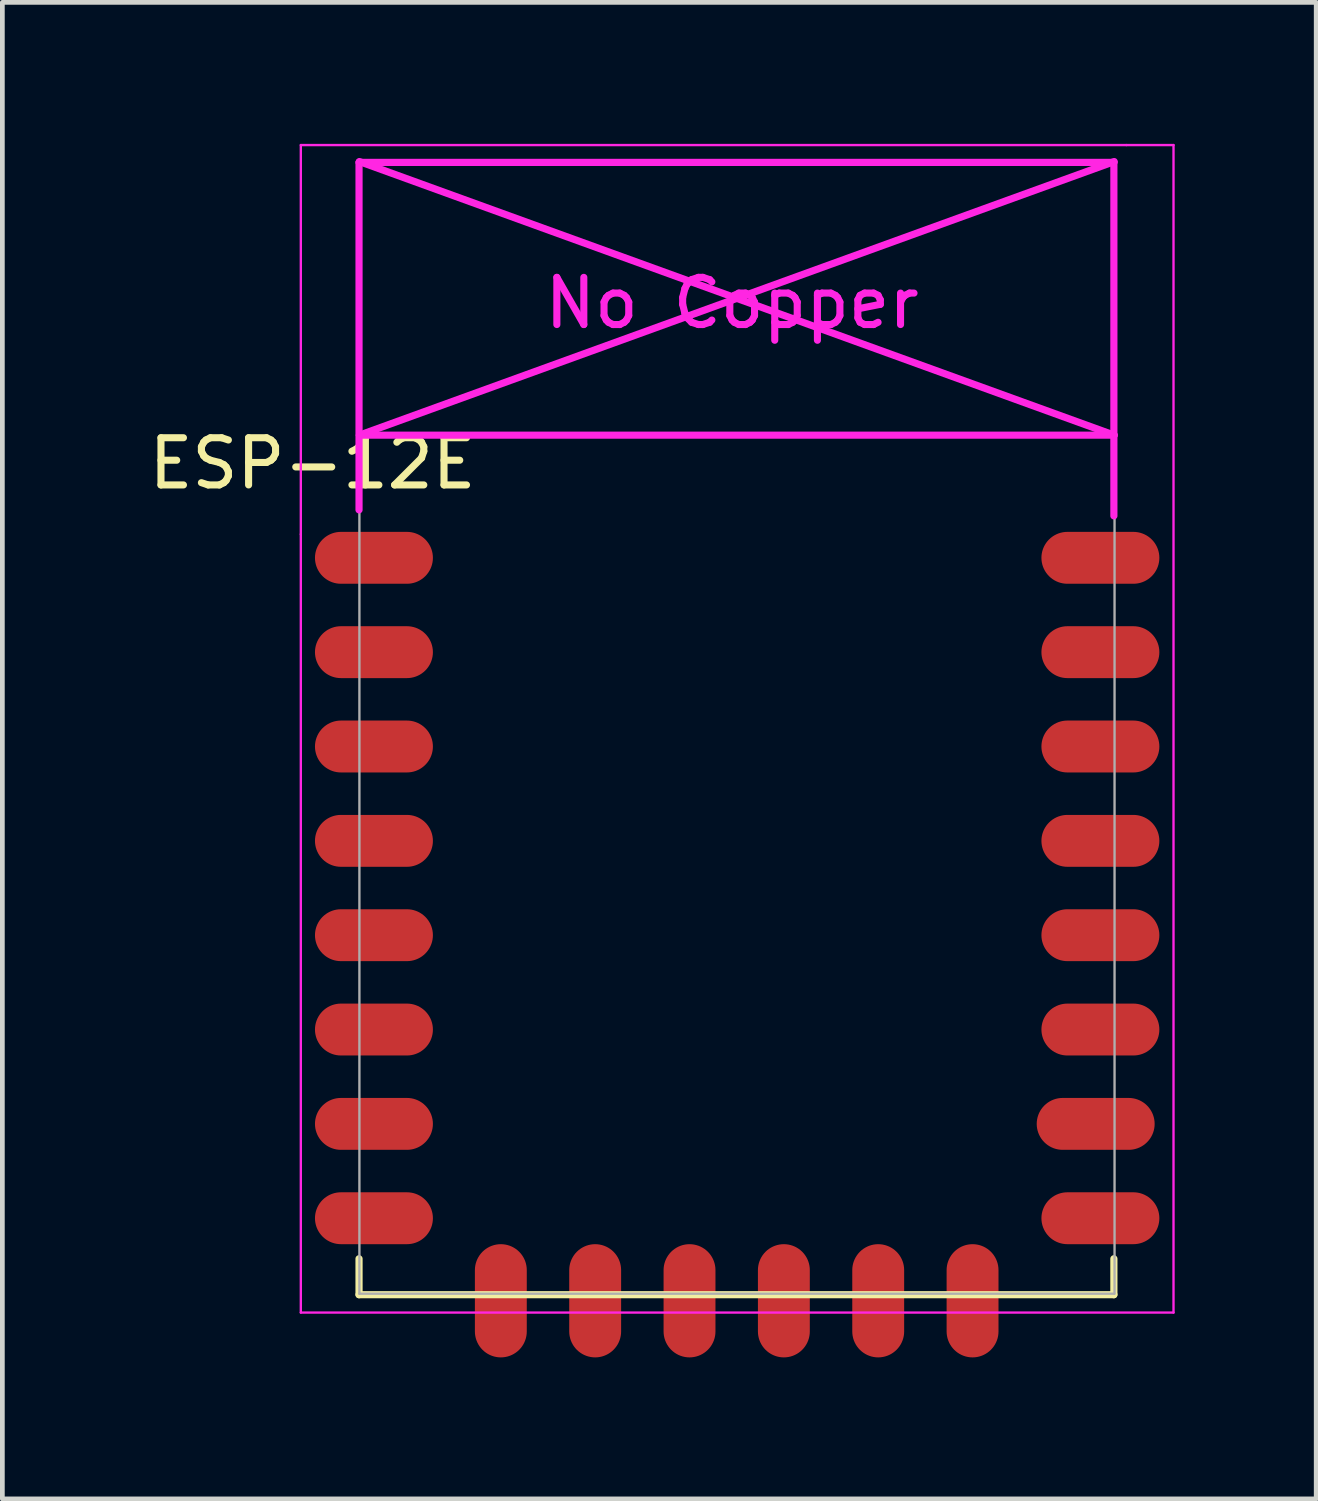
<source format=kicad_pcb>
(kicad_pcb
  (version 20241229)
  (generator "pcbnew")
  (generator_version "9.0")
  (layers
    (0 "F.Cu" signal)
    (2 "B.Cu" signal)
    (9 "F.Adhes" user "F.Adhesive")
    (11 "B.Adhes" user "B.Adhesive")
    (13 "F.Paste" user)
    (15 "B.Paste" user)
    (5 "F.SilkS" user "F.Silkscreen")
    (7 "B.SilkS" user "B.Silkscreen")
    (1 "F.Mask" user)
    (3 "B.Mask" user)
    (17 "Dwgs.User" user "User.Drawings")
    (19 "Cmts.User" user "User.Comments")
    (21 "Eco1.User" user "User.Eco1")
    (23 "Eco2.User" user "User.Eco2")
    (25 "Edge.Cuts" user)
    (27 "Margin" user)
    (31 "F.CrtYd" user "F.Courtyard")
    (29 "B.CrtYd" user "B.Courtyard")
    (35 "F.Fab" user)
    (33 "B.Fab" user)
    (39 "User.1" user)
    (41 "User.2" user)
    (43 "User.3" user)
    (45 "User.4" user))
  (footprint "ESP-12E"
    (layer "F.Cu")
    (at 5.577 8.775)
    (property "Reference" "ESP-12E" (at -2 -2 0) (layer "F.SilkS") (effects (font (size 1 1) (thickness 0.15))))
    (attr through_hole)
    (fp_line (start -1.016 14.859) (end -1.016 15.621) (stroke (width 0.152) (type solid)) (layer "F.SilkS"))
    (fp_line (start -1.016 15.621) (end 14.986 15.621) (stroke (width 0.152) (type solid)) (layer "F.SilkS"))
    (fp_line (start 14.986 15.621) (end 14.986 14.859) (stroke (width 0.152) (type solid)) (layer "F.SilkS"))
    (fp_line (start -2.25 -8.75) (end 15.25 -8.75) (stroke (width 0.05) (type solid)) (layer "F.CrtYd"))
    (fp_line (start -2.25 -0.5) (end -2.25 -8.75) (stroke (width 0.05) (type solid)) (layer "F.CrtYd"))
    (fp_line (start -2.25 16) (end -2.25 -0.5) (stroke (width 0.05) (type solid)) (layer "F.CrtYd"))
    (fp_line (start -1.016 -8.382) (end -1.016 -1.016) (stroke (width 0.152) (type solid)) (layer "F.CrtYd"))
    (fp_line (start -1.016 -8.382) (end 14.986 -8.382) (stroke (width 0.152) (type solid)) (layer "F.CrtYd"))
    (fp_line (start -1.008 -8.4) (end 14.992 -2.6) (stroke (width 0.152) (type solid)) (layer "F.CrtYd"))
    (fp_line (start -1.008 -2.6) (end 14.992 -2.6) (stroke (width 0.152) (type solid)) (layer "F.CrtYd"))
    (fp_line (start 14.986 -8.382) (end 14.986 -0.889) (stroke (width 0.152) (type solid)) (layer "F.CrtYd"))
    (fp_line (start 14.992 -8.4) (end -1.008 -2.6) (stroke (width 0.152) (type solid)) (layer "F.CrtYd"))
    (fp_line (start 15.25 -8.75) (end 16.25 -8.75) (stroke (width 0.05) (type solid)) (layer "F.CrtYd"))
    (fp_line (start 16.25 -8.75) (end 16.25 16) (stroke (width 0.05) (type solid)) (layer "F.CrtYd"))
    (fp_line (start 16.25 16) (end -2.25 16) (stroke (width 0.05) (type solid)) (layer "F.CrtYd"))
    (fp_line (start -1.008 -8.4) (end 14.992 -8.4) (stroke (width 0.05) (type solid)) (layer "F.Fab"))
    (fp_line (start -1.008 15.6) (end -1.008 -8.4) (stroke (width 0.05) (type solid)) (layer "F.Fab"))
    (fp_line (start 14.992 15.6) (end -1.008 15.6) (stroke (width 0.05) (type solid)) (layer "F.Fab"))
    (fp_line (start 15 -8.4) (end 15 15.6) (stroke (width 0.05) (type solid)) (layer "F.Fab"))
    (fp_text user "No Copper" (at 6.892 -5.4 0) (layer "F.CrtYd") (effects (font (size 1 1) (thickness 0.15))))
    (pad "1" smd oval (at 0 0) (size 2.5 1.1) (drill (offset -0.7 0)) (layers "F.Cu" "F.Mask" "F.Paste"))
    (pad "2" smd oval (at 0 2) (size 2.5 1.1) (drill (offset -0.7 0)) (layers "F.Cu" "F.Mask" "F.Paste"))
    (pad "3" smd oval (at 0 4) (size 2.5 1.1) (drill (offset -0.7 0)) (layers "F.Cu" "F.Mask" "F.Paste"))
    (pad "4" smd oval (at 0 6) (size 2.5 1.1) (drill (offset -0.7 0)) (layers "F.Cu" "F.Mask" "F.Paste"))
    (pad "5" smd oval (at 0 8) (size 2.5 1.1) (drill (offset -0.7 0)) (layers "F.Cu" "F.Mask" "F.Paste"))
    (pad "6" smd oval (at 0 10) (size 2.5 1.1) (drill (offset -0.7 0)) (layers "F.Cu" "F.Mask" "F.Paste"))
    (pad "7" smd oval (at 0 12) (size 2.5 1.1) (drill (offset -0.7 0)) (layers "F.Cu" "F.Mask" "F.Paste"))
    (pad "8" smd oval (at 0 14) (size 2.5 1.1) (drill (offset -0.7 0)) (layers "F.Cu" "F.Mask" "F.Paste"))
    (pad "9" smd oval (at 1.99 15.75 90) (size 2.4 1.1) (layers "F.Cu" "F.Mask" "F.Paste"))
    (pad "10" smd oval (at 3.99 15.75 90) (size 2.4 1.1) (layers "F.Cu" "F.Mask" "F.Paste"))
    (pad "11" smd oval (at 5.99 15.75 90) (size 2.4 1.1) (layers "F.Cu" "F.Mask" "F.Paste"))
    (pad "12" smd oval (at 7.99 15.75 90) (size 2.4 1.1) (layers "F.Cu" "F.Mask" "F.Paste"))
    (pad "13" smd oval (at 9.99 15.75 90) (size 2.4 1.1) (layers "F.Cu" "F.Mask" "F.Paste"))
    (pad "14" smd oval (at 11.99 15.75 90) (size 2.4 1.1) (layers "F.Cu" "F.Mask" "F.Paste"))
    (pad "15" smd oval (at 14 14) (size 2.5 1.1) (drill (offset 0.7 0)) (layers "F.Cu" "F.Mask" "F.Paste"))
    (pad "16" smd oval (at 14 12) (size 2.5 1.1) (drill (offset 0.6 0)) (layers "F.Cu" "F.Mask" "F.Paste"))
    (pad "17" smd oval (at 14 10) (size 2.5 1.1) (drill (offset 0.7 0)) (layers "F.Cu" "F.Mask" "F.Paste"))
    (pad "18" smd oval (at 14 8) (size 2.5 1.1) (drill (offset 0.7 0)) (layers "F.Cu" "F.Mask" "F.Paste"))
    (pad "19" smd oval (at 14 6) (size 2.5 1.1) (drill (offset 0.7 0)) (layers "F.Cu" "F.Mask" "F.Paste"))
    (pad "20" smd oval (at 14 4) (size 2.5 1.1) (drill (offset 0.7 0)) (layers "F.Cu" "F.Mask" "F.Paste"))
    (pad "21" smd oval (at 14 2) (size 2.5 1.1) (drill (offset 0.7 0)) (layers "F.Cu" "F.Mask" "F.Paste"))
    (pad "22" smd oval (at 14 0) (size 2.5 1.1) (drill (offset 0.7 0)) (layers "F.Cu" "F.Mask" "F.Paste")))
  (gr_rect
    (start -3 -3)
    (end 24.852 28.725)
    (stroke (width 0.1) (type default))
    (fill no)
    (layer "Edge.Cuts")))
</source>
